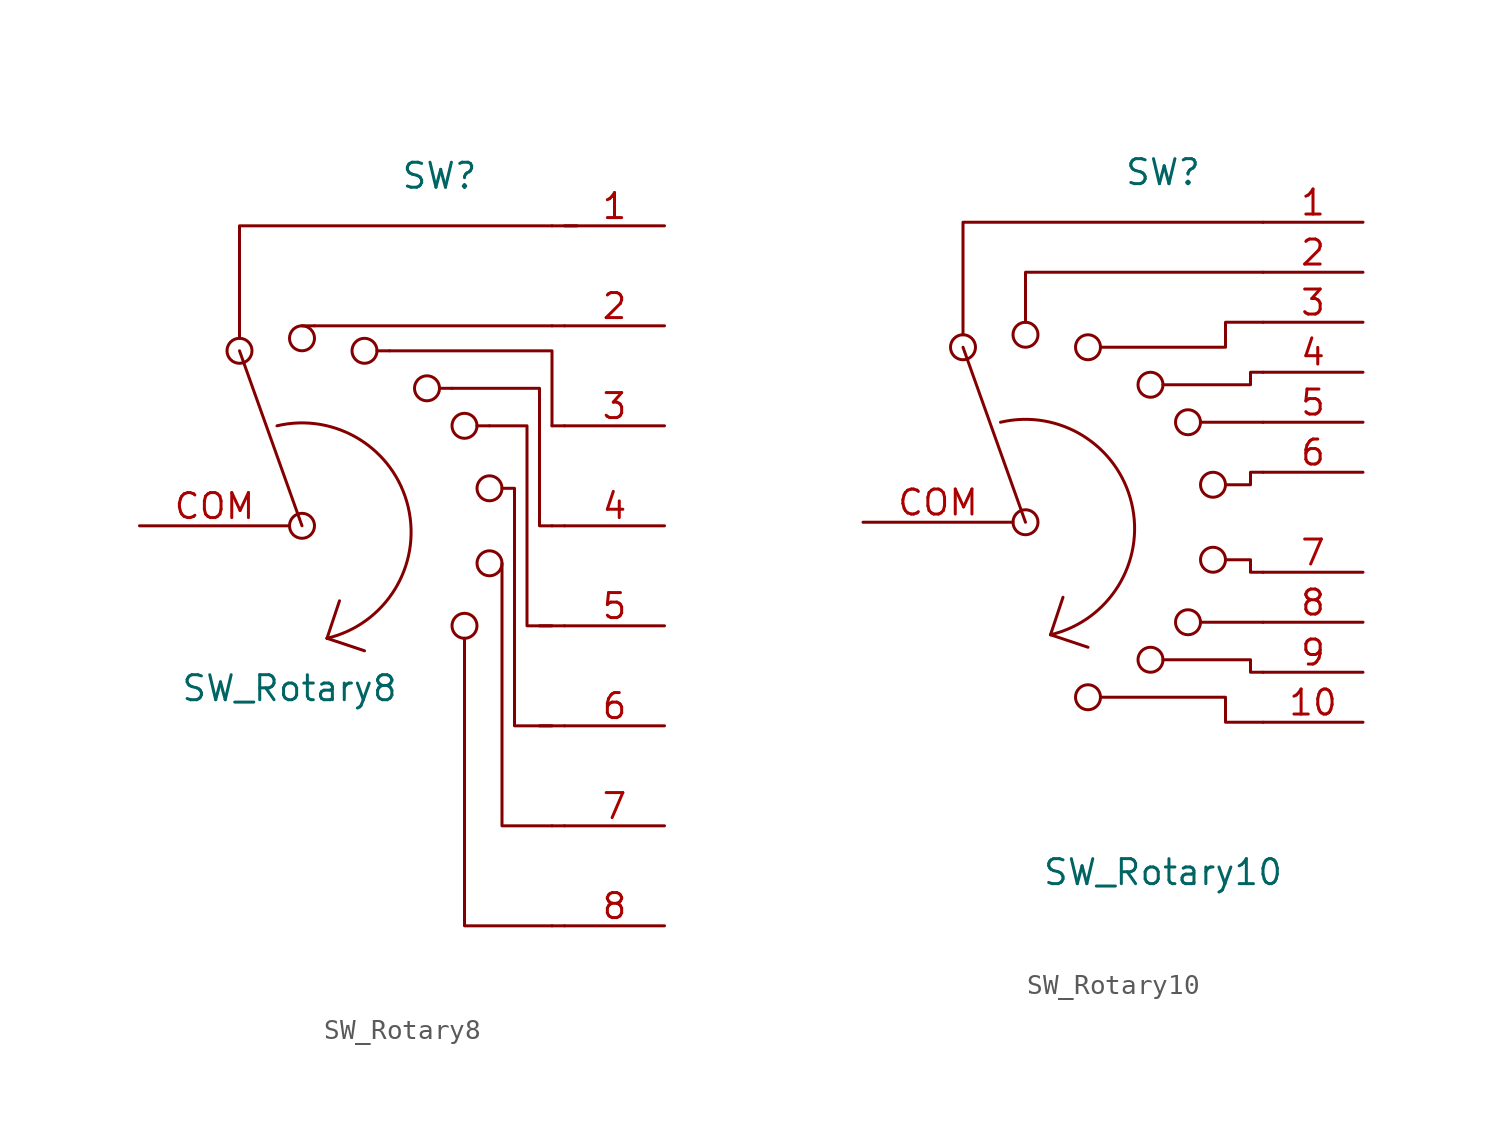
<source format=kicad_sym>
(kicad_symbol_lib
  (version 20211014)
  (generator kicad_symbol_editor)
  (symbol "SW_Rotary8"
    (pin_names
      (offset 1.016) hide)
    (property "Reference" "SW"
      (at 0 17.78 0)
      (effects (font (size 1.27 1.27))))
    (property "Value" "SW_Rotary8"
      (at -7.62 -8.255 0)
      (effects (font (size 1.27 1.27))))
    (symbol "SW_Rotary8_0_0"
      (circle (center -10.16 8.89) (radius 0.635) (stroke (width 0) (type default) (color 0 0 0 0)) (fill (type none)))
      (circle (center -6.985 0) (radius 0.635) (stroke (width 0) (type default) (color 0 0 0 0)) (fill (type none)))
      (circle (center -6.985 9.525) (radius 0.635) (stroke (width 0) (type default) (color 0 0 0 0)) (fill (type none)))
      (arc (start -5.715 -5.715) (mid -1.5995 0.937) (end -8.255 5.08) (stroke (width 0) (type default) (color 0 0 0 0)) (fill (type none)))
      (circle (center -3.81 8.89) (radius 0.635) (stroke (width 0) (type default) (color 0 0 0 0)) (fill (type none)))
      (circle (center -0.635 6.985) (radius 0.635) (stroke (width 0) (type default) (color 0 0 0 0)) (fill (type none)))
      (polyline (pts (xy -6.985 0) (xy -10.16 8.89)) (stroke (width 0) (type default) (color 0 0 0 0)) (fill (type none)))
      (polyline (pts (xy -5.715 -5.715) (xy -5.08 -3.81)) (stroke (width 0) (type default) (color 0 0 0 0)) (fill (type none)))
      (polyline (pts (xy -5.715 -5.715) (xy -3.81 -6.35)) (stroke (width 0) (type default) (color 0 0 0 0)) (fill (type none)))
      (circle (center 1.27 -5.08) (radius 0.635) (stroke (width 0) (type default) (color 0 0 0 0)) (fill (type none)))
      (circle (center 1.27 5.08) (radius 0.635) (stroke (width 0) (type default) (color 0 0 0 0)) (fill (type none)))
      (circle (center 2.54 -1.905) (radius 0.635) (stroke (width 0) (type default) (color 0 0 0 0)) (fill (type none)))
      (circle (center 2.54 1.905) (radius 0.635) (stroke (width 0) (type default) (color 0 0 0 0)) (fill (type none))))
    (symbol "SW_Rotary8_0_1"
      (polyline (pts (xy -6.35 10.16) (xy -6.985 10.16)) (stroke (width 0) (type default) (color 0 0 0 0)) (fill (type none)))
      (polyline (pts (xy -6.35 10.16) (xy 5.715 10.16)) (stroke (width 0) (type default) (color 0 0 0 0)) (fill (type none)))
      (polyline (pts (xy -2.54 8.89) (xy -3.175 8.89)) (stroke (width 0) (type default) (color 0 0 0 0)) (fill (type none)))
      (polyline (pts (xy 0.635 6.985) (xy 0 6.985)) (stroke (width 0) (type default) (color 0 0 0 0)) (fill (type none)))
      (polyline (pts (xy 2.54 5.08) (xy 1.905 5.08)) (stroke (width 0) (type default) (color 0 0 0 0)) (fill (type none)))
      (polyline (pts (xy 5.08 -5.08) (xy 6.35 -5.08)) (stroke (width 0) (type default) (color 0 0 0 0)) (fill (type none)))
      (polyline (pts (xy 5.715 -15.24) (xy 6.35 -15.24)) (stroke (width 0) (type default) (color 0 0 0 0)) (fill (type none)))
      (polyline (pts (xy 5.715 5.08) (xy 6.35 5.08)) (stroke (width 0) (type default) (color 0 0 0 0)) (fill (type none)))
      (polyline (pts (xy 5.715 15.24) (xy 6.985 15.24)) (stroke (width 0) (type default) (color 0 0 0 0)) (fill (type none)))
      (polyline (pts (xy 6.35 -20.32) (xy 5.715 -20.32)) (stroke (width 0) (type default) (color 0 0 0 0)) (fill (type none)))
      (polyline (pts (xy 6.35 -10.16) (xy 5.08 -10.16)) (stroke (width 0) (type default) (color 0 0 0 0)) (fill (type none)))
      (polyline (pts (xy 6.35 0) (xy 5.715 0)) (stroke (width 0) (type default) (color 0 0 0 0)) (fill (type none)))
      (polyline (pts (xy 6.35 10.16) (xy 5.715 10.16)) (stroke (width 0) (type default) (color 0 0 0 0)) (fill (type none)))
      (polyline (pts (xy 3.175 -1.905) (xy 3.175 -15.24) (xy 5.715 -15.24)) (stroke (width 0) (type default) (color 0 0 0 0)) (fill (type none)))
      (polyline (pts (xy 5.715 -20.32) (xy 1.27 -20.32) (xy 1.27 -5.715)) (stroke (width 0) (type default) (color 0 0 0 0)) (fill (type none)))
      (polyline (pts (xy 5.715 5.08) (xy 5.715 8.89) (xy -2.54 8.89)) (stroke (width 0) (type default) (color 0 0 0 0)) (fill (type none)))
      (polyline (pts (xy 5.715 15.24) (xy -10.16 15.24) (xy -10.16 9.525)) (stroke (width 0) (type default) (color 0 0 0 0)) (fill (type none)))
      (polyline (pts (xy 0.635 6.985) (xy 5.08 6.985) (xy 5.08 0) (xy 5.715 0)) (stroke (width 0) (type default) (color 0 0 0 0)) (fill (type none)))
      (polyline (pts (xy 2.54 5.08) (xy 4.445 5.08) (xy 4.445 -5.08) (xy 5.715 -5.08)) (stroke (width 0) (type default) (color 0 0 0 0)) (fill (type none)))
      (polyline (pts (xy 3.175 1.905) (xy 3.81 1.905) (xy 3.81 -10.16) (xy 5.715 -10.16)) (stroke (width 0) (type default) (color 0 0 0 0)) (fill (type none)))
      (pin passive line (at 11.43 15.24 180) (length 5.08) (name "1" (effects (font (size 1.27 1.27)))) (number "1" (effects (font (size 1.27 1.27)))))
      (pin passive line (at 11.43 10.16 180) (length 5.08) (name "2" (effects (font (size 1.27 1.27)))) (number "2" (effects (font (size 1.27 1.27)))))
      (pin passive line (at 11.43 5.08 180) (length 5.08) (name "3" (effects (font (size 1.27 1.27)))) (number "3" (effects (font (size 1.27 1.27)))))
      (pin passive line (at 11.43 0 180) (length 5.08) (name "4" (effects (font (size 1.27 1.27)))) (number "4" (effects (font (size 1.27 1.27)))))
      (pin passive line (at 11.43 -5.08 180) (length 5.08) (name "5" (effects (font (size 1.27 1.27)))) (number "5" (effects (font (size 1.27 1.27)))))
      (pin passive line (at 11.43 -10.16 180) (length 5.08) (name "6" (effects (font (size 1.27 1.27)))) (number "6" (effects (font (size 1.27 1.27)))))
      (pin passive line (at 11.43 -15.24 180) (length 5.08) (name "7" (effects (font (size 1.27 1.27)))) (number "7" (effects (font (size 1.27 1.27)))))
      (pin passive line (at 11.43 -20.32 180) (length 5.08) (name "8" (effects (font (size 1.27 1.27)))) (number "8" (effects (font (size 1.27 1.27)))))
      (pin passive line (at -15.24 0 0) (length 7.62) (name "COM" (effects (font (size 1.27 1.27)))) (number "COM" (effects (font (size 1.27 1.27)))))))
  (symbol "SW_Rotary10"
    (pin_names
      (offset 1.016) hide)
    (property "Reference" "SW"
      (at 0 17.78 0)
      (effects (font (size 1.27 1.27))))
    (property "Value" "SW_Rotary10"
      (at 0 -17.78 0)
      (effects (font (size 1.27 1.27))))
    (symbol "SW_Rotary10_0_0"
      (circle (center -10.16 8.89) (radius 0.635) (stroke (width 0) (type default) (color 0 0 0 0)) (fill (type none)))
      (circle (center -6.985 0) (radius 0.635) (stroke (width 0) (type default) (color 0 0 0 0)) (fill (type none)))
      (circle (center -6.985 9.525) (radius 0.635) (stroke (width 0) (type default) (color 0 0 0 0)) (fill (type none)))
      (arc (start -5.715 -5.715) (mid -1.5995 0.937) (end -8.255 5.08) (stroke (width 0) (type default) (color 0 0 0 0)) (fill (type none)))
      (circle (center -3.81 -8.89) (radius 0.635) (stroke (width 0) (type default) (color 0 0 0 0)) (fill (type none)))
      (circle (center -3.81 8.89) (radius 0.635) (stroke (width 0) (type default) (color 0 0 0 0)) (fill (type none)))
      (circle (center -0.635 -6.985) (radius 0.635) (stroke (width 0) (type default) (color 0 0 0 0)) (fill (type none)))
      (circle (center -0.635 6.985) (radius 0.635) (stroke (width 0) (type default) (color 0 0 0 0)) (fill (type none)))
      (polyline (pts (xy -6.985 0) (xy -10.16 8.89)) (stroke (width 0) (type default) (color 0 0 0 0)) (fill (type none)))
      (polyline (pts (xy -5.715 -5.715) (xy -5.08 -3.81)) (stroke (width 0) (type default) (color 0 0 0 0)) (fill (type none)))
      (polyline (pts (xy -5.715 -5.715) (xy -3.81 -6.35)) (stroke (width 0) (type default) (color 0 0 0 0)) (fill (type none)))
      (polyline (pts (xy 1.905 -5.08) (xy 5.08 -5.08)) (stroke (width 0) (type default) (color 0 0 0 0)) (fill (type none)))
      (polyline (pts (xy 1.905 5.08) (xy 5.08 5.08)) (stroke (width 0) (type default) (color 0 0 0 0)) (fill (type none)))
      (polyline (pts (xy -10.16 9.525) (xy -10.16 15.24) (xy 5.08 15.24)) (stroke (width 0) (type default) (color 0 0 0 0)) (fill (type none)))
      (polyline (pts (xy -6.985 10.16) (xy -6.985 12.7) (xy 5.08 12.7)) (stroke (width 0) (type default) (color 0 0 0 0)) (fill (type none)))
      (polyline (pts (xy -3.175 -8.89) (xy 3.175 -8.89) (xy 3.175 -10.16) (xy 5.08 -10.16)) (stroke (width 0) (type default) (color 0 0 0 0)) (fill (type none)))
      (polyline (pts (xy -3.175 8.89) (xy 3.175 8.89) (xy 3.175 10.16) (xy 5.08 10.16)) (stroke (width 0) (type default) (color 0 0 0 0)) (fill (type none)))
      (polyline (pts (xy 0 -6.985) (xy 4.445 -6.985) (xy 4.445 -7.62) (xy 5.08 -7.62)) (stroke (width 0) (type default) (color 0 0 0 0)) (fill (type none)))
      (polyline (pts (xy 0 6.985) (xy 4.445 6.985) (xy 4.445 7.62) (xy 5.08 7.62)) (stroke (width 0) (type default) (color 0 0 0 0)) (fill (type none)))
      (polyline (pts (xy 3.175 -1.905) (xy 4.445 -1.905) (xy 4.445 -2.54) (xy 5.08 -2.54)) (stroke (width 0) (type default) (color 0 0 0 0)) (fill (type none)))
      (polyline (pts (xy 3.175 1.905) (xy 4.445 1.905) (xy 4.445 2.54) (xy 5.08 2.54)) (stroke (width 0) (type default) (color 0 0 0 0)) (fill (type none)))
      (circle (center 1.27 -5.08) (radius 0.635) (stroke (width 0) (type default) (color 0 0 0 0)) (fill (type none)))
      (circle (center 1.27 5.08) (radius 0.635) (stroke (width 0) (type default) (color 0 0 0 0)) (fill (type none)))
      (circle (center 2.54 -1.905) (radius 0.635) (stroke (width 0) (type default) (color 0 0 0 0)) (fill (type none)))
      (circle (center 2.54 1.905) (radius 0.635) (stroke (width 0) (type default) (color 0 0 0 0)) (fill (type none))))
    (symbol "SW_Rotary10_0_1"
      (pin passive line (at 10.16 15.24 180) (length 5.08) (name "1" (effects (font (size 1.27 1.27)))) (number "1" (effects (font (size 1.27 1.27)))))
      (pin passive line (at 10.16 -10.16 180) (length 5.08) (name "10" (effects (font (size 1.27 1.27)))) (number "10" (effects (font (size 1.27 1.27)))))
      (pin passive line (at 10.16 12.7 180) (length 5.08) (name "2" (effects (font (size 1.27 1.27)))) (number "2" (effects (font (size 1.27 1.27)))))
      (pin passive line (at 10.16 10.16 180) (length 5.08) (name "3" (effects (font (size 1.27 1.27)))) (number "3" (effects (font (size 1.27 1.27)))))
      (pin passive line (at 10.16 7.62 180) (length 5.08) (name "4" (effects (font (size 1.27 1.27)))) (number "4" (effects (font (size 1.27 1.27)))))
      (pin passive line (at 10.16 5.08 180) (length 5.08) (name "5" (effects (font (size 1.27 1.27)))) (number "5" (effects (font (size 1.27 1.27)))))
      (pin passive line (at 10.16 2.54 180) (length 5.08) (name "6" (effects (font (size 1.27 1.27)))) (number "6" (effects (font (size 1.27 1.27)))))
      (pin passive line (at 10.16 -2.54 180) (length 5.08) (name "7" (effects (font (size 1.27 1.27)))) (number "7" (effects (font (size 1.27 1.27)))))
      (pin passive line (at 10.16 -5.08 180) (length 5.08) (name "8" (effects (font (size 1.27 1.27)))) (number "8" (effects (font (size 1.27 1.27)))))
      (pin passive line (at 10.16 -7.62 180) (length 5.08) (name "9" (effects (font (size 1.27 1.27)))) (number "9" (effects (font (size 1.27 1.27)))))
      (pin passive line (at -15.24 0 0) (length 7.62) (name "COM" (effects (font (size 1.27 1.27)))) (number "COM" (effects (font (size 1.27 1.27))))))))
</source>
